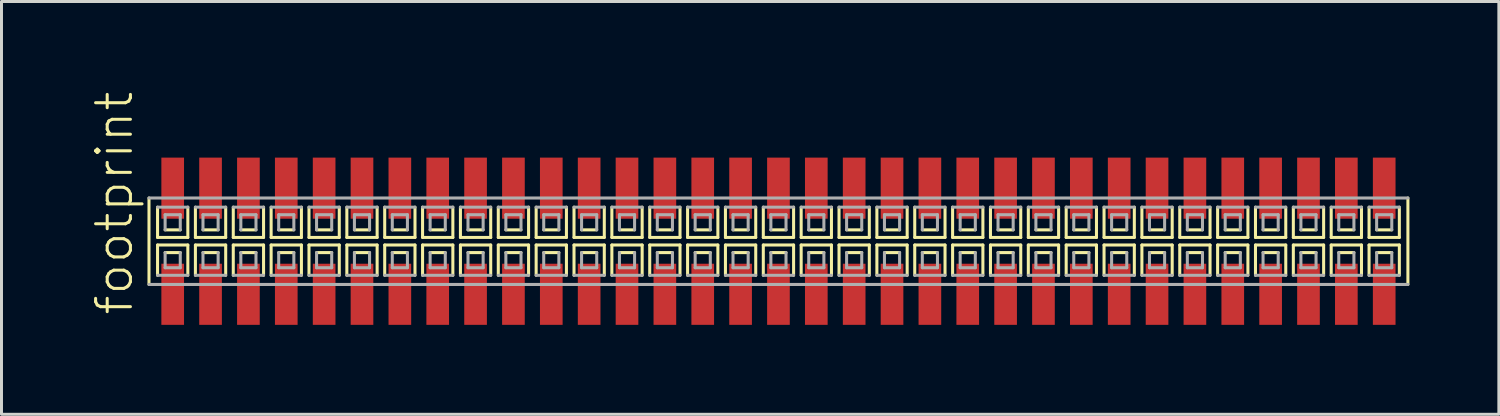
<source format=kicad_pcb>
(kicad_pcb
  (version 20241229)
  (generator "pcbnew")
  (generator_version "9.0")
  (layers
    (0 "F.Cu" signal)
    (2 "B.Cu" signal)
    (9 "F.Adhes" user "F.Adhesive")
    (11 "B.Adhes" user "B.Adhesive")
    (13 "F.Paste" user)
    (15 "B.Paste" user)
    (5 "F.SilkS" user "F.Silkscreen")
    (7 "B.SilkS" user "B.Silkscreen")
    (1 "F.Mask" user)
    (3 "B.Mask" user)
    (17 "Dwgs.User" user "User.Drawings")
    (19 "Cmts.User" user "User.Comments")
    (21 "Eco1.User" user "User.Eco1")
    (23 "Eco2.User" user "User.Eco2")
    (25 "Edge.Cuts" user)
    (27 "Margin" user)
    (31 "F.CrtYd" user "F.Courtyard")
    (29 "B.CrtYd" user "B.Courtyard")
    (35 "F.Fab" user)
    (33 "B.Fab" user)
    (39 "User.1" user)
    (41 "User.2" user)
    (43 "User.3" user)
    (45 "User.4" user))
  (footprint "footprint"
    (layer "F.Cu")
    (at 23.063 5.042)
    (property "Reference" "footprint" (at -21.59 2.54 90) (layer "F.SilkS") (effects (font (size 1.168 1.168) (thickness 0.102)) (justify left bottom)))
    (fp_line (start -21.115 -1.45) (end -21.115 1.45) (stroke (width 0.102) (type solid)) (layer "F.SilkS"))
    (fp_line (start -20.828 -1.143) (end -20.828 -0.127) (stroke (width 0.102) (type solid)) (layer "F.SilkS"))
    (fp_line (start -20.828 -0.127) (end -19.812 -0.127) (stroke (width 0.102) (type solid)) (layer "F.SilkS"))
    (fp_line (start -20.828 0.127) (end -20.828 1.143) (stroke (width 0.102) (type solid)) (layer "F.SilkS"))
    (fp_line (start -20.574 -0.381) (end -20.066 -0.381) (stroke (width 0.102) (type solid)) (layer "F.SilkS"))
    (fp_line (start -20.066 0.381) (end -20.574 0.381) (stroke (width 0.102) (type solid)) (layer "F.SilkS"))
    (fp_line (start -19.812 -0.127) (end -19.812 -1.143) (stroke (width 0.102) (type solid)) (layer "F.SilkS"))
    (fp_line (start -19.812 0.127) (end -20.828 0.127) (stroke (width 0.102) (type solid)) (layer "F.SilkS"))
    (fp_line (start -19.812 1.143) (end -19.812 0.127) (stroke (width 0.102) (type solid)) (layer "F.SilkS"))
    (fp_line (start -19.558 -1.143) (end -19.558 -0.127) (stroke (width 0.102) (type solid)) (layer "F.SilkS"))
    (fp_line (start -19.558 -0.127) (end -18.542 -0.127) (stroke (width 0.102) (type solid)) (layer "F.SilkS"))
    (fp_line (start -19.558 0.127) (end -19.558 1.143) (stroke (width 0.102) (type solid)) (layer "F.SilkS"))
    (fp_line (start -19.304 -0.381) (end -18.796 -0.381) (stroke (width 0.102) (type solid)) (layer "F.SilkS"))
    (fp_line (start -18.796 0.381) (end -19.304 0.381) (stroke (width 0.102) (type solid)) (layer "F.SilkS"))
    (fp_line (start -18.542 -0.127) (end -18.542 -1.143) (stroke (width 0.102) (type solid)) (layer "F.SilkS"))
    (fp_line (start -18.542 0.127) (end -19.558 0.127) (stroke (width 0.102) (type solid)) (layer "F.SilkS"))
    (fp_line (start -18.542 1.143) (end -18.542 0.127) (stroke (width 0.102) (type solid)) (layer "F.SilkS"))
    (fp_line (start -18.288 -1.143) (end -18.288 -0.127) (stroke (width 0.102) (type solid)) (layer "F.SilkS"))
    (fp_line (start -18.288 -0.127) (end -17.272 -0.127) (stroke (width 0.102) (type solid)) (layer "F.SilkS"))
    (fp_line (start -18.288 0.127) (end -18.288 1.143) (stroke (width 0.102) (type solid)) (layer "F.SilkS"))
    (fp_line (start -18.034 -0.381) (end -17.526 -0.381) (stroke (width 0.102) (type solid)) (layer "F.SilkS"))
    (fp_line (start -17.526 0.381) (end -18.034 0.381) (stroke (width 0.102) (type solid)) (layer "F.SilkS"))
    (fp_line (start -17.272 -0.127) (end -17.272 -1.143) (stroke (width 0.102) (type solid)) (layer "F.SilkS"))
    (fp_line (start -17.272 0.127) (end -18.288 0.127) (stroke (width 0.102) (type solid)) (layer "F.SilkS"))
    (fp_line (start -17.272 1.143) (end -17.272 0.127) (stroke (width 0.102) (type solid)) (layer "F.SilkS"))
    (fp_line (start -17.018 -1.143) (end -17.018 -0.127) (stroke (width 0.102) (type solid)) (layer "F.SilkS"))
    (fp_line (start -17.018 -0.127) (end -16.002 -0.127) (stroke (width 0.102) (type solid)) (layer "F.SilkS"))
    (fp_line (start -17.018 0.127) (end -17.018 1.143) (stroke (width 0.102) (type solid)) (layer "F.SilkS"))
    (fp_line (start -16.764 -0.381) (end -16.256 -0.381) (stroke (width 0.102) (type solid)) (layer "F.SilkS"))
    (fp_line (start -16.256 0.381) (end -16.764 0.381) (stroke (width 0.102) (type solid)) (layer "F.SilkS"))
    (fp_line (start -16.002 -0.127) (end -16.002 -1.143) (stroke (width 0.102) (type solid)) (layer "F.SilkS"))
    (fp_line (start -16.002 0.127) (end -17.018 0.127) (stroke (width 0.102) (type solid)) (layer "F.SilkS"))
    (fp_line (start -16.002 1.143) (end -16.002 0.127) (stroke (width 0.102) (type solid)) (layer "F.SilkS"))
    (fp_line (start -15.748 -1.143) (end -15.748 -0.127) (stroke (width 0.102) (type solid)) (layer "F.SilkS"))
    (fp_line (start -15.748 -0.127) (end -14.732 -0.127) (stroke (width 0.102) (type solid)) (layer "F.SilkS"))
    (fp_line (start -15.748 0.127) (end -15.748 1.143) (stroke (width 0.102) (type solid)) (layer "F.SilkS"))
    (fp_line (start -15.494 -0.381) (end -14.986 -0.381) (stroke (width 0.102) (type solid)) (layer "F.SilkS"))
    (fp_line (start -14.986 0.381) (end -15.494 0.381) (stroke (width 0.102) (type solid)) (layer "F.SilkS"))
    (fp_line (start -14.732 -0.127) (end -14.732 -1.143) (stroke (width 0.102) (type solid)) (layer "F.SilkS"))
    (fp_line (start -14.732 0.127) (end -15.748 0.127) (stroke (width 0.102) (type solid)) (layer "F.SilkS"))
    (fp_line (start -14.732 1.143) (end -14.732 0.127) (stroke (width 0.102) (type solid)) (layer "F.SilkS"))
    (fp_line (start -14.478 -1.143) (end -14.478 -0.127) (stroke (width 0.102) (type solid)) (layer "F.SilkS"))
    (fp_line (start -14.478 -0.127) (end -13.462 -0.127) (stroke (width 0.102) (type solid)) (layer "F.SilkS"))
    (fp_line (start -14.478 0.127) (end -14.478 1.143) (stroke (width 0.102) (type solid)) (layer "F.SilkS"))
    (fp_line (start -14.224 -0.381) (end -13.716 -0.381) (stroke (width 0.102) (type solid)) (layer "F.SilkS"))
    (fp_line (start -13.716 0.381) (end -14.224 0.381) (stroke (width 0.102) (type solid)) (layer "F.SilkS"))
    (fp_line (start -13.462 -0.127) (end -13.462 -1.143) (stroke (width 0.102) (type solid)) (layer "F.SilkS"))
    (fp_line (start -13.462 0.127) (end -14.478 0.127) (stroke (width 0.102) (type solid)) (layer "F.SilkS"))
    (fp_line (start -13.462 1.143) (end -13.462 0.127) (stroke (width 0.102) (type solid)) (layer "F.SilkS"))
    (fp_line (start -13.208 -1.143) (end -13.208 -0.127) (stroke (width 0.102) (type solid)) (layer "F.SilkS"))
    (fp_line (start -13.208 -0.127) (end -12.192 -0.127) (stroke (width 0.102) (type solid)) (layer "F.SilkS"))
    (fp_line (start -13.208 0.127) (end -13.208 1.143) (stroke (width 0.102) (type solid)) (layer "F.SilkS"))
    (fp_line (start -12.954 -0.381) (end -12.446 -0.381) (stroke (width 0.102) (type solid)) (layer "F.SilkS"))
    (fp_line (start -12.446 0.381) (end -12.954 0.381) (stroke (width 0.102) (type solid)) (layer "F.SilkS"))
    (fp_line (start -12.192 -0.127) (end -12.192 -1.143) (stroke (width 0.102) (type solid)) (layer "F.SilkS"))
    (fp_line (start -12.192 0.127) (end -13.208 0.127) (stroke (width 0.102) (type solid)) (layer "F.SilkS"))
    (fp_line (start -12.192 1.143) (end -12.192 0.127) (stroke (width 0.102) (type solid)) (layer "F.SilkS"))
    (fp_line (start -11.938 -1.143) (end -11.938 -0.127) (stroke (width 0.102) (type solid)) (layer "F.SilkS"))
    (fp_line (start -11.938 -0.127) (end -10.922 -0.127) (stroke (width 0.102) (type solid)) (layer "F.SilkS"))
    (fp_line (start -11.938 0.127) (end -11.938 1.143) (stroke (width 0.102) (type solid)) (layer "F.SilkS"))
    (fp_line (start -11.684 -0.381) (end -11.176 -0.381) (stroke (width 0.102) (type solid)) (layer "F.SilkS"))
    (fp_line (start -11.176 0.381) (end -11.684 0.381) (stroke (width 0.102) (type solid)) (layer "F.SilkS"))
    (fp_line (start -10.922 -0.127) (end -10.922 -1.143) (stroke (width 0.102) (type solid)) (layer "F.SilkS"))
    (fp_line (start -10.922 0.127) (end -11.938 0.127) (stroke (width 0.102) (type solid)) (layer "F.SilkS"))
    (fp_line (start -10.922 1.143) (end -10.922 0.127) (stroke (width 0.102) (type solid)) (layer "F.SilkS"))
    (fp_line (start -10.668 -1.143) (end -10.668 -0.127) (stroke (width 0.102) (type solid)) (layer "F.SilkS"))
    (fp_line (start -10.668 -0.127) (end -9.652 -0.127) (stroke (width 0.102) (type solid)) (layer "F.SilkS"))
    (fp_line (start -10.668 0.127) (end -10.668 1.143) (stroke (width 0.102) (type solid)) (layer "F.SilkS"))
    (fp_line (start -10.414 -0.381) (end -9.906 -0.381) (stroke (width 0.102) (type solid)) (layer "F.SilkS"))
    (fp_line (start -9.906 0.381) (end -10.414 0.381) (stroke (width 0.102) (type solid)) (layer "F.SilkS"))
    (fp_line (start -9.652 -0.127) (end -9.652 -1.143) (stroke (width 0.102) (type solid)) (layer "F.SilkS"))
    (fp_line (start -9.652 0.127) (end -10.668 0.127) (stroke (width 0.102) (type solid)) (layer "F.SilkS"))
    (fp_line (start -9.652 1.143) (end -9.652 0.127) (stroke (width 0.102) (type solid)) (layer "F.SilkS"))
    (fp_line (start -9.398 -1.143) (end -9.398 -0.127) (stroke (width 0.102) (type solid)) (layer "F.SilkS"))
    (fp_line (start -9.398 -0.127) (end -8.382 -0.127) (stroke (width 0.102) (type solid)) (layer "F.SilkS"))
    (fp_line (start -9.398 0.127) (end -9.398 1.143) (stroke (width 0.102) (type solid)) (layer "F.SilkS"))
    (fp_line (start -9.144 -0.381) (end -8.636 -0.381) (stroke (width 0.102) (type solid)) (layer "F.SilkS"))
    (fp_line (start -8.636 0.381) (end -9.144 0.381) (stroke (width 0.102) (type solid)) (layer "F.SilkS"))
    (fp_line (start -8.382 -0.127) (end -8.382 -1.143) (stroke (width 0.102) (type solid)) (layer "F.SilkS"))
    (fp_line (start -8.382 0.127) (end -9.398 0.127) (stroke (width 0.102) (type solid)) (layer "F.SilkS"))
    (fp_line (start -8.382 1.143) (end -8.382 0.127) (stroke (width 0.102) (type solid)) (layer "F.SilkS"))
    (fp_line (start -8.128 -1.143) (end -8.128 -0.127) (stroke (width 0.102) (type solid)) (layer "F.SilkS"))
    (fp_line (start -8.128 -0.127) (end -7.112 -0.127) (stroke (width 0.102) (type solid)) (layer "F.SilkS"))
    (fp_line (start -8.128 0.127) (end -8.128 1.143) (stroke (width 0.102) (type solid)) (layer "F.SilkS"))
    (fp_line (start -7.874 -0.381) (end -7.366 -0.381) (stroke (width 0.102) (type solid)) (layer "F.SilkS"))
    (fp_line (start -7.366 0.381) (end -7.874 0.381) (stroke (width 0.102) (type solid)) (layer "F.SilkS"))
    (fp_line (start -7.112 -0.127) (end -7.112 -1.143) (stroke (width 0.102) (type solid)) (layer "F.SilkS"))
    (fp_line (start -7.112 0.127) (end -8.128 0.127) (stroke (width 0.102) (type solid)) (layer "F.SilkS"))
    (fp_line (start -7.112 1.143) (end -7.112 0.127) (stroke (width 0.102) (type solid)) (layer "F.SilkS"))
    (fp_line (start -6.858 -1.143) (end -6.858 -0.127) (stroke (width 0.102) (type solid)) (layer "F.SilkS"))
    (fp_line (start -6.858 -0.127) (end -5.842 -0.127) (stroke (width 0.102) (type solid)) (layer "F.SilkS"))
    (fp_line (start -6.858 0.127) (end -6.858 1.143) (stroke (width 0.102) (type solid)) (layer "F.SilkS"))
    (fp_line (start -6.604 -0.381) (end -6.096 -0.381) (stroke (width 0.102) (type solid)) (layer "F.SilkS"))
    (fp_line (start -6.096 0.381) (end -6.604 0.381) (stroke (width 0.102) (type solid)) (layer "F.SilkS"))
    (fp_line (start -5.842 -0.127) (end -5.842 -1.143) (stroke (width 0.102) (type solid)) (layer "F.SilkS"))
    (fp_line (start -5.842 0.127) (end -6.858 0.127) (stroke (width 0.102) (type solid)) (layer "F.SilkS"))
    (fp_line (start -5.842 1.143) (end -5.842 0.127) (stroke (width 0.102) (type solid)) (layer "F.SilkS"))
    (fp_line (start -5.588 -1.143) (end -5.588 -0.127) (stroke (width 0.102) (type solid)) (layer "F.SilkS"))
    (fp_line (start -5.588 -0.127) (end -4.572 -0.127) (stroke (width 0.102) (type solid)) (layer "F.SilkS"))
    (fp_line (start -5.588 0.127) (end -5.588 1.143) (stroke (width 0.102) (type solid)) (layer "F.SilkS"))
    (fp_line (start -5.334 -0.381) (end -4.826 -0.381) (stroke (width 0.102) (type solid)) (layer "F.SilkS"))
    (fp_line (start -4.826 0.381) (end -5.334 0.381) (stroke (width 0.102) (type solid)) (layer "F.SilkS"))
    (fp_line (start -4.572 -0.127) (end -4.572 -1.143) (stroke (width 0.102) (type solid)) (layer "F.SilkS"))
    (fp_line (start -4.572 0.127) (end -5.588 0.127) (stroke (width 0.102) (type solid)) (layer "F.SilkS"))
    (fp_line (start -4.572 1.143) (end -4.572 0.127) (stroke (width 0.102) (type solid)) (layer "F.SilkS"))
    (fp_line (start -4.318 -1.143) (end -4.318 -0.127) (stroke (width 0.102) (type solid)) (layer "F.SilkS"))
    (fp_line (start -4.318 -0.127) (end -3.302 -0.127) (stroke (width 0.102) (type solid)) (layer "F.SilkS"))
    (fp_line (start -4.318 0.127) (end -4.318 1.143) (stroke (width 0.102) (type solid)) (layer "F.SilkS"))
    (fp_line (start -4.064 -0.381) (end -3.556 -0.381) (stroke (width 0.102) (type solid)) (layer "F.SilkS"))
    (fp_line (start -3.556 0.381) (end -4.064 0.381) (stroke (width 0.102) (type solid)) (layer "F.SilkS"))
    (fp_line (start -3.302 -0.127) (end -3.302 -1.143) (stroke (width 0.102) (type solid)) (layer "F.SilkS"))
    (fp_line (start -3.302 0.127) (end -4.318 0.127) (stroke (width 0.102) (type solid)) (layer "F.SilkS"))
    (fp_line (start -3.302 1.143) (end -3.302 0.127) (stroke (width 0.102) (type solid)) (layer "F.SilkS"))
    (fp_line (start -3.048 -1.143) (end -3.048 -0.127) (stroke (width 0.102) (type solid)) (layer "F.SilkS"))
    (fp_line (start -3.048 -0.127) (end -2.032 -0.127) (stroke (width 0.102) (type solid)) (layer "F.SilkS"))
    (fp_line (start -3.048 0.127) (end -3.048 1.143) (stroke (width 0.102) (type solid)) (layer "F.SilkS"))
    (fp_line (start -2.794 -0.381) (end -2.286 -0.381) (stroke (width 0.102) (type solid)) (layer "F.SilkS"))
    (fp_line (start -2.286 0.381) (end -2.794 0.381) (stroke (width 0.102) (type solid)) (layer "F.SilkS"))
    (fp_line (start -2.032 -0.127) (end -2.032 -1.143) (stroke (width 0.102) (type solid)) (layer "F.SilkS"))
    (fp_line (start -2.032 0.127) (end -3.048 0.127) (stroke (width 0.102) (type solid)) (layer "F.SilkS"))
    (fp_line (start -2.032 1.143) (end -2.032 0.127) (stroke (width 0.102) (type solid)) (layer "F.SilkS"))
    (fp_line (start -1.778 -1.143) (end -1.778 -0.127) (stroke (width 0.102) (type solid)) (layer "F.SilkS"))
    (fp_line (start -1.778 -0.127) (end -0.762 -0.127) (stroke (width 0.102) (type solid)) (layer "F.SilkS"))
    (fp_line (start -1.778 0.127) (end -1.778 1.143) (stroke (width 0.102) (type solid)) (layer "F.SilkS"))
    (fp_line (start -1.524 -0.381) (end -1.016 -0.381) (stroke (width 0.102) (type solid)) (layer "F.SilkS"))
    (fp_line (start -1.016 0.381) (end -1.524 0.381) (stroke (width 0.102) (type solid)) (layer "F.SilkS"))
    (fp_line (start -0.762 -0.127) (end -0.762 -1.143) (stroke (width 0.102) (type solid)) (layer "F.SilkS"))
    (fp_line (start -0.762 0.127) (end -1.778 0.127) (stroke (width 0.102) (type solid)) (layer "F.SilkS"))
    (fp_line (start -0.762 1.143) (end -0.762 0.127) (stroke (width 0.102) (type solid)) (layer "F.SilkS"))
    (fp_line (start -0.508 -1.143) (end -0.508 -0.127) (stroke (width 0.102) (type solid)) (layer "F.SilkS"))
    (fp_line (start -0.508 -0.127) (end 0.508 -0.127) (stroke (width 0.102) (type solid)) (layer "F.SilkS"))
    (fp_line (start -0.508 0.127) (end -0.508 1.143) (stroke (width 0.102) (type solid)) (layer "F.SilkS"))
    (fp_line (start -0.254 -0.381) (end 0.254 -0.381) (stroke (width 0.102) (type solid)) (layer "F.SilkS"))
    (fp_line (start 0.254 0.381) (end -0.254 0.381) (stroke (width 0.102) (type solid)) (layer "F.SilkS"))
    (fp_line (start 0.508 -0.127) (end 0.508 -1.143) (stroke (width 0.102) (type solid)) (layer "F.SilkS"))
    (fp_line (start 0.508 0.127) (end -0.508 0.127) (stroke (width 0.102) (type solid)) (layer "F.SilkS"))
    (fp_line (start 0.508 1.143) (end 0.508 0.127) (stroke (width 0.102) (type solid)) (layer "F.SilkS"))
    (fp_line (start 0.762 -1.143) (end 0.762 -0.127) (stroke (width 0.102) (type solid)) (layer "F.SilkS"))
    (fp_line (start 0.762 -0.127) (end 1.778 -0.127) (stroke (width 0.102) (type solid)) (layer "F.SilkS"))
    (fp_line (start 0.762 0.127) (end 0.762 1.143) (stroke (width 0.102) (type solid)) (layer "F.SilkS"))
    (fp_line (start 1.016 -0.381) (end 1.524 -0.381) (stroke (width 0.102) (type solid)) (layer "F.SilkS"))
    (fp_line (start 1.524 0.381) (end 1.016 0.381) (stroke (width 0.102) (type solid)) (layer "F.SilkS"))
    (fp_line (start 1.778 -0.127) (end 1.778 -1.143) (stroke (width 0.102) (type solid)) (layer "F.SilkS"))
    (fp_line (start 1.778 0.127) (end 0.762 0.127) (stroke (width 0.102) (type solid)) (layer "F.SilkS"))
    (fp_line (start 1.778 1.143) (end 1.778 0.127) (stroke (width 0.102) (type solid)) (layer "F.SilkS"))
    (fp_line (start 2.032 -1.143) (end 2.032 -0.127) (stroke (width 0.102) (type solid)) (layer "F.SilkS"))
    (fp_line (start 2.032 -0.127) (end 3.048 -0.127) (stroke (width 0.102) (type solid)) (layer "F.SilkS"))
    (fp_line (start 2.032 0.127) (end 2.032 1.143) (stroke (width 0.102) (type solid)) (layer "F.SilkS"))
    (fp_line (start 2.286 -0.381) (end 2.794 -0.381) (stroke (width 0.102) (type solid)) (layer "F.SilkS"))
    (fp_line (start 2.794 0.381) (end 2.286 0.381) (stroke (width 0.102) (type solid)) (layer "F.SilkS"))
    (fp_line (start 3.048 -0.127) (end 3.048 -1.143) (stroke (width 0.102) (type solid)) (layer "F.SilkS"))
    (fp_line (start 3.048 0.127) (end 2.032 0.127) (stroke (width 0.102) (type solid)) (layer "F.SilkS"))
    (fp_line (start 3.048 1.143) (end 3.048 0.127) (stroke (width 0.102) (type solid)) (layer "F.SilkS"))
    (fp_line (start 3.302 -1.143) (end 3.302 -0.127) (stroke (width 0.102) (type solid)) (layer "F.SilkS"))
    (fp_line (start 3.302 -0.127) (end 4.318 -0.127) (stroke (width 0.102) (type solid)) (layer "F.SilkS"))
    (fp_line (start 3.302 0.127) (end 3.302 1.143) (stroke (width 0.102) (type solid)) (layer "F.SilkS"))
    (fp_line (start 3.556 -0.381) (end 4.064 -0.381) (stroke (width 0.102) (type solid)) (layer "F.SilkS"))
    (fp_line (start 4.064 0.381) (end 3.556 0.381) (stroke (width 0.102) (type solid)) (layer "F.SilkS"))
    (fp_line (start 4.318 -0.127) (end 4.318 -1.143) (stroke (width 0.102) (type solid)) (layer "F.SilkS"))
    (fp_line (start 4.318 0.127) (end 3.302 0.127) (stroke (width 0.102) (type solid)) (layer "F.SilkS"))
    (fp_line (start 4.318 1.143) (end 4.318 0.127) (stroke (width 0.102) (type solid)) (layer "F.SilkS"))
    (fp_line (start 4.572 -1.143) (end 4.572 -0.127) (stroke (width 0.102) (type solid)) (layer "F.SilkS"))
    (fp_line (start 4.572 -0.127) (end 5.588 -0.127) (stroke (width 0.102) (type solid)) (layer "F.SilkS"))
    (fp_line (start 4.572 0.127) (end 4.572 1.143) (stroke (width 0.102) (type solid)) (layer "F.SilkS"))
    (fp_line (start 4.826 -0.381) (end 5.334 -0.381) (stroke (width 0.102) (type solid)) (layer "F.SilkS"))
    (fp_line (start 5.334 0.381) (end 4.826 0.381) (stroke (width 0.102) (type solid)) (layer "F.SilkS"))
    (fp_line (start 5.588 -0.127) (end 5.588 -1.143) (stroke (width 0.102) (type solid)) (layer "F.SilkS"))
    (fp_line (start 5.588 0.127) (end 4.572 0.127) (stroke (width 0.102) (type solid)) (layer "F.SilkS"))
    (fp_line (start 5.588 1.143) (end 5.588 0.127) (stroke (width 0.102) (type solid)) (layer "F.SilkS"))
    (fp_line (start 5.842 -1.143) (end 5.842 -0.127) (stroke (width 0.102) (type solid)) (layer "F.SilkS"))
    (fp_line (start 5.842 -0.127) (end 6.858 -0.127) (stroke (width 0.102) (type solid)) (layer "F.SilkS"))
    (fp_line (start 5.842 0.127) (end 5.842 1.143) (stroke (width 0.102) (type solid)) (layer "F.SilkS"))
    (fp_line (start 6.096 -0.381) (end 6.604 -0.381) (stroke (width 0.102) (type solid)) (layer "F.SilkS"))
    (fp_line (start 6.604 0.381) (end 6.096 0.381) (stroke (width 0.102) (type solid)) (layer "F.SilkS"))
    (fp_line (start 6.858 -0.127) (end 6.858 -1.143) (stroke (width 0.102) (type solid)) (layer "F.SilkS"))
    (fp_line (start 6.858 0.127) (end 5.842 0.127) (stroke (width 0.102) (type solid)) (layer "F.SilkS"))
    (fp_line (start 6.858 1.143) (end 6.858 0.127) (stroke (width 0.102) (type solid)) (layer "F.SilkS"))
    (fp_line (start 7.112 -1.143) (end 7.112 -0.127) (stroke (width 0.102) (type solid)) (layer "F.SilkS"))
    (fp_line (start 7.112 -0.127) (end 8.128 -0.127) (stroke (width 0.102) (type solid)) (layer "F.SilkS"))
    (fp_line (start 7.112 0.127) (end 7.112 1.143) (stroke (width 0.102) (type solid)) (layer "F.SilkS"))
    (fp_line (start 7.366 -0.381) (end 7.874 -0.381) (stroke (width 0.102) (type solid)) (layer "F.SilkS"))
    (fp_line (start 7.874 0.381) (end 7.366 0.381) (stroke (width 0.102) (type solid)) (layer "F.SilkS"))
    (fp_line (start 8.128 -0.127) (end 8.128 -1.143) (stroke (width 0.102) (type solid)) (layer "F.SilkS"))
    (fp_line (start 8.128 0.127) (end 7.112 0.127) (stroke (width 0.102) (type solid)) (layer "F.SilkS"))
    (fp_line (start 8.128 1.143) (end 8.128 0.127) (stroke (width 0.102) (type solid)) (layer "F.SilkS"))
    (fp_line (start 8.382 -1.143) (end 8.382 -0.127) (stroke (width 0.102) (type solid)) (layer "F.SilkS"))
    (fp_line (start 8.382 -0.127) (end 9.398 -0.127) (stroke (width 0.102) (type solid)) (layer "F.SilkS"))
    (fp_line (start 8.382 0.127) (end 8.382 1.143) (stroke (width 0.102) (type solid)) (layer "F.SilkS"))
    (fp_line (start 8.636 -0.381) (end 9.144 -0.381) (stroke (width 0.102) (type solid)) (layer "F.SilkS"))
    (fp_line (start 9.144 0.381) (end 8.636 0.381) (stroke (width 0.102) (type solid)) (layer "F.SilkS"))
    (fp_line (start 9.398 -0.127) (end 9.398 -1.143) (stroke (width 0.102) (type solid)) (layer "F.SilkS"))
    (fp_line (start 9.398 0.127) (end 8.382 0.127) (stroke (width 0.102) (type solid)) (layer "F.SilkS"))
    (fp_line (start 9.398 1.143) (end 9.398 0.127) (stroke (width 0.102) (type solid)) (layer "F.SilkS"))
    (fp_line (start 9.652 -1.143) (end 9.652 -0.127) (stroke (width 0.102) (type solid)) (layer "F.SilkS"))
    (fp_line (start 9.652 -0.127) (end 10.668 -0.127) (stroke (width 0.102) (type solid)) (layer "F.SilkS"))
    (fp_line (start 9.652 0.127) (end 9.652 1.143) (stroke (width 0.102) (type solid)) (layer "F.SilkS"))
    (fp_line (start 9.906 -0.381) (end 10.414 -0.381) (stroke (width 0.102) (type solid)) (layer "F.SilkS"))
    (fp_line (start 10.414 0.381) (end 9.906 0.381) (stroke (width 0.102) (type solid)) (layer "F.SilkS"))
    (fp_line (start 10.668 -0.127) (end 10.668 -1.143) (stroke (width 0.102) (type solid)) (layer "F.SilkS"))
    (fp_line (start 10.668 0.127) (end 9.652 0.127) (stroke (width 0.102) (type solid)) (layer "F.SilkS"))
    (fp_line (start 10.668 1.143) (end 10.668 0.127) (stroke (width 0.102) (type solid)) (layer "F.SilkS"))
    (fp_line (start 10.922 -1.143) (end 10.922 -0.127) (stroke (width 0.102) (type solid)) (layer "F.SilkS"))
    (fp_line (start 10.922 -0.127) (end 11.938 -0.127) (stroke (width 0.102) (type solid)) (layer "F.SilkS"))
    (fp_line (start 10.922 0.127) (end 10.922 1.143) (stroke (width 0.102) (type solid)) (layer "F.SilkS"))
    (fp_line (start 11.176 -0.381) (end 11.684 -0.381) (stroke (width 0.102) (type solid)) (layer "F.SilkS"))
    (fp_line (start 11.684 0.381) (end 11.176 0.381) (stroke (width 0.102) (type solid)) (layer "F.SilkS"))
    (fp_line (start 11.938 -0.127) (end 11.938 -1.143) (stroke (width 0.102) (type solid)) (layer "F.SilkS"))
    (fp_line (start 11.938 0.127) (end 10.922 0.127) (stroke (width 0.102) (type solid)) (layer "F.SilkS"))
    (fp_line (start 11.938 1.143) (end 11.938 0.127) (stroke (width 0.102) (type solid)) (layer "F.SilkS"))
    (fp_line (start 12.192 -1.143) (end 12.192 -0.127) (stroke (width 0.102) (type solid)) (layer "F.SilkS"))
    (fp_line (start 12.192 -0.127) (end 13.208 -0.127) (stroke (width 0.102) (type solid)) (layer "F.SilkS"))
    (fp_line (start 12.192 0.127) (end 12.192 1.143) (stroke (width 0.102) (type solid)) (layer "F.SilkS"))
    (fp_line (start 12.446 -0.381) (end 12.954 -0.381) (stroke (width 0.102) (type solid)) (layer "F.SilkS"))
    (fp_line (start 12.954 0.381) (end 12.446 0.381) (stroke (width 0.102) (type solid)) (layer "F.SilkS"))
    (fp_line (start 13.208 -0.127) (end 13.208 -1.143) (stroke (width 0.102) (type solid)) (layer "F.SilkS"))
    (fp_line (start 13.208 0.127) (end 12.192 0.127) (stroke (width 0.102) (type solid)) (layer "F.SilkS"))
    (fp_line (start 13.208 1.143) (end 13.208 0.127) (stroke (width 0.102) (type solid)) (layer "F.SilkS"))
    (fp_line (start 13.462 -1.143) (end 13.462 -0.127) (stroke (width 0.102) (type solid)) (layer "F.SilkS"))
    (fp_line (start 13.462 -0.127) (end 14.478 -0.127) (stroke (width 0.102) (type solid)) (layer "F.SilkS"))
    (fp_line (start 13.462 0.127) (end 13.462 1.143) (stroke (width 0.102) (type solid)) (layer "F.SilkS"))
    (fp_line (start 13.716 -0.381) (end 14.224 -0.381) (stroke (width 0.102) (type solid)) (layer "F.SilkS"))
    (fp_line (start 14.224 0.381) (end 13.716 0.381) (stroke (width 0.102) (type solid)) (layer "F.SilkS"))
    (fp_line (start 14.478 -0.127) (end 14.478 -1.143) (stroke (width 0.102) (type solid)) (layer "F.SilkS"))
    (fp_line (start 14.478 0.127) (end 13.462 0.127) (stroke (width 0.102) (type solid)) (layer "F.SilkS"))
    (fp_line (start 14.478 1.143) (end 14.478 0.127) (stroke (width 0.102) (type solid)) (layer "F.SilkS"))
    (fp_line (start 14.732 -1.143) (end 14.732 -0.127) (stroke (width 0.102) (type solid)) (layer "F.SilkS"))
    (fp_line (start 14.732 -0.127) (end 15.748 -0.127) (stroke (width 0.102) (type solid)) (layer "F.SilkS"))
    (fp_line (start 14.732 0.127) (end 14.732 1.143) (stroke (width 0.102) (type solid)) (layer "F.SilkS"))
    (fp_line (start 14.986 -0.381) (end 15.494 -0.381) (stroke (width 0.102) (type solid)) (layer "F.SilkS"))
    (fp_line (start 15.494 0.381) (end 14.986 0.381) (stroke (width 0.102) (type solid)) (layer "F.SilkS"))
    (fp_line (start 15.748 -0.127) (end 15.748 -1.143) (stroke (width 0.102) (type solid)) (layer "F.SilkS"))
    (fp_line (start 15.748 0.127) (end 14.732 0.127) (stroke (width 0.102) (type solid)) (layer "F.SilkS"))
    (fp_line (start 15.748 1.143) (end 15.748 0.127) (stroke (width 0.102) (type solid)) (layer "F.SilkS"))
    (fp_line (start 16.002 -1.143) (end 16.002 -0.127) (stroke (width 0.102) (type solid)) (layer "F.SilkS"))
    (fp_line (start 16.002 -0.127) (end 17.018 -0.127) (stroke (width 0.102) (type solid)) (layer "F.SilkS"))
    (fp_line (start 16.002 0.127) (end 16.002 1.143) (stroke (width 0.102) (type solid)) (layer "F.SilkS"))
    (fp_line (start 16.256 -0.381) (end 16.764 -0.381) (stroke (width 0.102) (type solid)) (layer "F.SilkS"))
    (fp_line (start 16.764 0.381) (end 16.256 0.381) (stroke (width 0.102) (type solid)) (layer "F.SilkS"))
    (fp_line (start 17.018 -0.127) (end 17.018 -1.143) (stroke (width 0.102) (type solid)) (layer "F.SilkS"))
    (fp_line (start 17.018 0.127) (end 16.002 0.127) (stroke (width 0.102) (type solid)) (layer "F.SilkS"))
    (fp_line (start 17.018 1.143) (end 17.018 0.127) (stroke (width 0.102) (type solid)) (layer "F.SilkS"))
    (fp_line (start 17.272 -1.143) (end 17.272 -0.127) (stroke (width 0.102) (type solid)) (layer "F.SilkS"))
    (fp_line (start 17.272 -0.127) (end 18.288 -0.127) (stroke (width 0.102) (type solid)) (layer "F.SilkS"))
    (fp_line (start 17.272 0.127) (end 17.272 1.143) (stroke (width 0.102) (type solid)) (layer "F.SilkS"))
    (fp_line (start 17.526 -0.381) (end 18.034 -0.381) (stroke (width 0.102) (type solid)) (layer "F.SilkS"))
    (fp_line (start 18.034 0.381) (end 17.526 0.381) (stroke (width 0.102) (type solid)) (layer "F.SilkS"))
    (fp_line (start 18.288 -0.127) (end 18.288 -1.143) (stroke (width 0.102) (type solid)) (layer "F.SilkS"))
    (fp_line (start 18.288 0.127) (end 17.272 0.127) (stroke (width 0.102) (type solid)) (layer "F.SilkS"))
    (fp_line (start 18.288 1.143) (end 18.288 0.127) (stroke (width 0.102) (type solid)) (layer "F.SilkS"))
    (fp_line (start 18.542 -1.143) (end 18.542 -0.127) (stroke (width 0.102) (type solid)) (layer "F.SilkS"))
    (fp_line (start 18.542 -0.127) (end 19.558 -0.127) (stroke (width 0.102) (type solid)) (layer "F.SilkS"))
    (fp_line (start 18.542 0.127) (end 18.542 1.143) (stroke (width 0.102) (type solid)) (layer "F.SilkS"))
    (fp_line (start 18.796 -0.381) (end 19.304 -0.381) (stroke (width 0.102) (type solid)) (layer "F.SilkS"))
    (fp_line (start 19.304 0.381) (end 18.796 0.381) (stroke (width 0.102) (type solid)) (layer "F.SilkS"))
    (fp_line (start 19.558 -0.127) (end 19.558 -1.143) (stroke (width 0.102) (type solid)) (layer "F.SilkS"))
    (fp_line (start 19.558 0.127) (end 18.542 0.127) (stroke (width 0.102) (type solid)) (layer "F.SilkS"))
    (fp_line (start 19.558 1.143) (end 19.558 0.127) (stroke (width 0.102) (type solid)) (layer "F.SilkS"))
    (fp_line (start 19.812 -1.143) (end 19.812 -0.127) (stroke (width 0.102) (type solid)) (layer "F.SilkS"))
    (fp_line (start 19.812 -0.127) (end 20.828 -0.127) (stroke (width 0.102) (type solid)) (layer "F.SilkS"))
    (fp_line (start 19.812 0.127) (end 19.812 1.143) (stroke (width 0.102) (type solid)) (layer "F.SilkS"))
    (fp_line (start 20.066 -0.381) (end 20.574 -0.381) (stroke (width 0.102) (type solid)) (layer "F.SilkS"))
    (fp_line (start 20.574 0.381) (end 20.066 0.381) (stroke (width 0.102) (type solid)) (layer "F.SilkS"))
    (fp_line (start 20.828 -0.127) (end 20.828 -1.143) (stroke (width 0.102) (type solid)) (layer "F.SilkS"))
    (fp_line (start 20.828 0.127) (end 19.812 0.127) (stroke (width 0.102) (type solid)) (layer "F.SilkS"))
    (fp_line (start 20.828 1.143) (end 20.828 0.127) (stroke (width 0.102) (type solid)) (layer "F.SilkS"))
    (fp_line (start 21.115 1.45) (end 21.115 -1.45) (stroke (width 0.102) (type solid)) (layer "F.SilkS"))
    (fp_line (start -21.115 1.45) (end 21.115 1.45) (stroke (width 0.102) (type solid)) (layer "F.Fab"))
    (fp_line (start -20.828 1.143) (end -19.812 1.143) (stroke (width 0.102) (type solid)) (layer "F.Fab"))
    (fp_line (start -20.574 -0.889) (end -20.574 -0.381) (stroke (width 0.102) (type solid)) (layer "F.Fab"))
    (fp_line (start -20.574 0.381) (end -20.574 0.889) (stroke (width 0.102) (type solid)) (layer "F.Fab"))
    (fp_line (start -20.574 0.889) (end -20.066 0.889) (stroke (width 0.102) (type solid)) (layer "F.Fab"))
    (fp_line (start -20.066 -0.889) (end -20.574 -0.889) (stroke (width 0.102) (type solid)) (layer "F.Fab"))
    (fp_line (start -20.066 -0.381) (end -20.066 -0.889) (stroke (width 0.102) (type solid)) (layer "F.Fab"))
    (fp_line (start -20.066 0.889) (end -20.066 0.381) (stroke (width 0.102) (type solid)) (layer "F.Fab"))
    (fp_line (start -19.812 -1.143) (end -20.828 -1.143) (stroke (width 0.102) (type solid)) (layer "F.Fab"))
    (fp_line (start -19.558 1.143) (end -18.542 1.143) (stroke (width 0.102) (type solid)) (layer "F.Fab"))
    (fp_line (start -19.304 -0.889) (end -19.304 -0.381) (stroke (width 0.102) (type solid)) (layer "F.Fab"))
    (fp_line (start -19.304 0.381) (end -19.304 0.889) (stroke (width 0.102) (type solid)) (layer "F.Fab"))
    (fp_line (start -19.304 0.889) (end -18.796 0.889) (stroke (width 0.102) (type solid)) (layer "F.Fab"))
    (fp_line (start -18.796 -0.889) (end -19.304 -0.889) (stroke (width 0.102) (type solid)) (layer "F.Fab"))
    (fp_line (start -18.796 -0.381) (end -18.796 -0.889) (stroke (width 0.102) (type solid)) (layer "F.Fab"))
    (fp_line (start -18.796 0.889) (end -18.796 0.381) (stroke (width 0.102) (type solid)) (layer "F.Fab"))
    (fp_line (start -18.542 -1.143) (end -19.558 -1.143) (stroke (width 0.102) (type solid)) (layer "F.Fab"))
    (fp_line (start -18.288 1.143) (end -17.272 1.143) (stroke (width 0.102) (type solid)) (layer "F.Fab"))
    (fp_line (start -18.034 -0.889) (end -18.034 -0.381) (stroke (width 0.102) (type solid)) (layer "F.Fab"))
    (fp_line (start -18.034 0.381) (end -18.034 0.889) (stroke (width 0.102) (type solid)) (layer "F.Fab"))
    (fp_line (start -18.034 0.889) (end -17.526 0.889) (stroke (width 0.102) (type solid)) (layer "F.Fab"))
    (fp_line (start -17.526 -0.889) (end -18.034 -0.889) (stroke (width 0.102) (type solid)) (layer "F.Fab"))
    (fp_line (start -17.526 -0.381) (end -17.526 -0.889) (stroke (width 0.102) (type solid)) (layer "F.Fab"))
    (fp_line (start -17.526 0.889) (end -17.526 0.381) (stroke (width 0.102) (type solid)) (layer "F.Fab"))
    (fp_line (start -17.272 -1.143) (end -18.288 -1.143) (stroke (width 0.102) (type solid)) (layer "F.Fab"))
    (fp_line (start -17.018 1.143) (end -16.002 1.143) (stroke (width 0.102) (type solid)) (layer "F.Fab"))
    (fp_line (start -16.764 -0.889) (end -16.764 -0.381) (stroke (width 0.102) (type solid)) (layer "F.Fab"))
    (fp_line (start -16.764 0.381) (end -16.764 0.889) (stroke (width 0.102) (type solid)) (layer "F.Fab"))
    (fp_line (start -16.764 0.889) (end -16.256 0.889) (stroke (width 0.102) (type solid)) (layer "F.Fab"))
    (fp_line (start -16.256 -0.889) (end -16.764 -0.889) (stroke (width 0.102) (type solid)) (layer "F.Fab"))
    (fp_line (start -16.256 -0.381) (end -16.256 -0.889) (stroke (width 0.102) (type solid)) (layer "F.Fab"))
    (fp_line (start -16.256 0.889) (end -16.256 0.381) (stroke (width 0.102) (type solid)) (layer "F.Fab"))
    (fp_line (start -16.002 -1.143) (end -17.018 -1.143) (stroke (width 0.102) (type solid)) (layer "F.Fab"))
    (fp_line (start -15.748 1.143) (end -14.732 1.143) (stroke (width 0.102) (type solid)) (layer "F.Fab"))
    (fp_line (start -15.494 -0.889) (end -15.494 -0.381) (stroke (width 0.102) (type solid)) (layer "F.Fab"))
    (fp_line (start -15.494 0.381) (end -15.494 0.889) (stroke (width 0.102) (type solid)) (layer "F.Fab"))
    (fp_line (start -15.494 0.889) (end -14.986 0.889) (stroke (width 0.102) (type solid)) (layer "F.Fab"))
    (fp_line (start -14.986 -0.889) (end -15.494 -0.889) (stroke (width 0.102) (type solid)) (layer "F.Fab"))
    (fp_line (start -14.986 -0.381) (end -14.986 -0.889) (stroke (width 0.102) (type solid)) (layer "F.Fab"))
    (fp_line (start -14.986 0.889) (end -14.986 0.381) (stroke (width 0.102) (type solid)) (layer "F.Fab"))
    (fp_line (start -14.732 -1.143) (end -15.748 -1.143) (stroke (width 0.102) (type solid)) (layer "F.Fab"))
    (fp_line (start -14.478 1.143) (end -13.462 1.143) (stroke (width 0.102) (type solid)) (layer "F.Fab"))
    (fp_line (start -14.224 -0.889) (end -14.224 -0.381) (stroke (width 0.102) (type solid)) (layer "F.Fab"))
    (fp_line (start -14.224 0.381) (end -14.224 0.889) (stroke (width 0.102) (type solid)) (layer "F.Fab"))
    (fp_line (start -14.224 0.889) (end -13.716 0.889) (stroke (width 0.102) (type solid)) (layer "F.Fab"))
    (fp_line (start -13.716 -0.889) (end -14.224 -0.889) (stroke (width 0.102) (type solid)) (layer "F.Fab"))
    (fp_line (start -13.716 -0.381) (end -13.716 -0.889) (stroke (width 0.102) (type solid)) (layer "F.Fab"))
    (fp_line (start -13.716 0.889) (end -13.716 0.381) (stroke (width 0.102) (type solid)) (layer "F.Fab"))
    (fp_line (start -13.462 -1.143) (end -14.478 -1.143) (stroke (width 0.102) (type solid)) (layer "F.Fab"))
    (fp_line (start -13.208 1.143) (end -12.192 1.143) (stroke (width 0.102) (type solid)) (layer "F.Fab"))
    (fp_line (start -12.954 -0.889) (end -12.954 -0.381) (stroke (width 0.102) (type solid)) (layer "F.Fab"))
    (fp_line (start -12.954 0.381) (end -12.954 0.889) (stroke (width 0.102) (type solid)) (layer "F.Fab"))
    (fp_line (start -12.954 0.889) (end -12.446 0.889) (stroke (width 0.102) (type solid)) (layer "F.Fab"))
    (fp_line (start -12.446 -0.889) (end -12.954 -0.889) (stroke (width 0.102) (type solid)) (layer "F.Fab"))
    (fp_line (start -12.446 -0.381) (end -12.446 -0.889) (stroke (width 0.102) (type solid)) (layer "F.Fab"))
    (fp_line (start -12.446 0.889) (end -12.446 0.381) (stroke (width 0.102) (type solid)) (layer "F.Fab"))
    (fp_line (start -12.192 -1.143) (end -13.208 -1.143) (stroke (width 0.102) (type solid)) (layer "F.Fab"))
    (fp_line (start -11.938 1.143) (end -10.922 1.143) (stroke (width 0.102) (type solid)) (layer "F.Fab"))
    (fp_line (start -11.684 -0.889) (end -11.684 -0.381) (stroke (width 0.102) (type solid)) (layer "F.Fab"))
    (fp_line (start -11.684 0.381) (end -11.684 0.889) (stroke (width 0.102) (type solid)) (layer "F.Fab"))
    (fp_line (start -11.684 0.889) (end -11.176 0.889) (stroke (width 0.102) (type solid)) (layer "F.Fab"))
    (fp_line (start -11.176 -0.889) (end -11.684 -0.889) (stroke (width 0.102) (type solid)) (layer "F.Fab"))
    (fp_line (start -11.176 -0.381) (end -11.176 -0.889) (stroke (width 0.102) (type solid)) (layer "F.Fab"))
    (fp_line (start -11.176 0.889) (end -11.176 0.381) (stroke (width 0.102) (type solid)) (layer "F.Fab"))
    (fp_line (start -10.922 -1.143) (end -11.938 -1.143) (stroke (width 0.102) (type solid)) (layer "F.Fab"))
    (fp_line (start -10.668 1.143) (end -9.652 1.143) (stroke (width 0.102) (type solid)) (layer "F.Fab"))
    (fp_line (start -10.414 -0.889) (end -10.414 -0.381) (stroke (width 0.102) (type solid)) (layer "F.Fab"))
    (fp_line (start -10.414 0.381) (end -10.414 0.889) (stroke (width 0.102) (type solid)) (layer "F.Fab"))
    (fp_line (start -10.414 0.889) (end -9.906 0.889) (stroke (width 0.102) (type solid)) (layer "F.Fab"))
    (fp_line (start -9.906 -0.889) (end -10.414 -0.889) (stroke (width 0.102) (type solid)) (layer "F.Fab"))
    (fp_line (start -9.906 -0.381) (end -9.906 -0.889) (stroke (width 0.102) (type solid)) (layer "F.Fab"))
    (fp_line (start -9.906 0.889) (end -9.906 0.381) (stroke (width 0.102) (type solid)) (layer "F.Fab"))
    (fp_line (start -9.652 -1.143) (end -10.668 -1.143) (stroke (width 0.102) (type solid)) (layer "F.Fab"))
    (fp_line (start -9.398 1.143) (end -8.382 1.143) (stroke (width 0.102) (type solid)) (layer "F.Fab"))
    (fp_line (start -9.144 -0.889) (end -9.144 -0.381) (stroke (width 0.102) (type solid)) (layer "F.Fab"))
    (fp_line (start -9.144 0.381) (end -9.144 0.889) (stroke (width 0.102) (type solid)) (layer "F.Fab"))
    (fp_line (start -9.144 0.889) (end -8.636 0.889) (stroke (width 0.102) (type solid)) (layer "F.Fab"))
    (fp_line (start -8.636 -0.889) (end -9.144 -0.889) (stroke (width 0.102) (type solid)) (layer "F.Fab"))
    (fp_line (start -8.636 -0.381) (end -8.636 -0.889) (stroke (width 0.102) (type solid)) (layer "F.Fab"))
    (fp_line (start -8.636 0.889) (end -8.636 0.381) (stroke (width 0.102) (type solid)) (layer "F.Fab"))
    (fp_line (start -8.382 -1.143) (end -9.398 -1.143) (stroke (width 0.102) (type solid)) (layer "F.Fab"))
    (fp_line (start -8.128 1.143) (end -7.112 1.143) (stroke (width 0.102) (type solid)) (layer "F.Fab"))
    (fp_line (start -7.874 -0.889) (end -7.874 -0.381) (stroke (width 0.102) (type solid)) (layer "F.Fab"))
    (fp_line (start -7.874 0.381) (end -7.874 0.889) (stroke (width 0.102) (type solid)) (layer "F.Fab"))
    (fp_line (start -7.874 0.889) (end -7.366 0.889) (stroke (width 0.102) (type solid)) (layer "F.Fab"))
    (fp_line (start -7.366 -0.889) (end -7.874 -0.889) (stroke (width 0.102) (type solid)) (layer "F.Fab"))
    (fp_line (start -7.366 -0.381) (end -7.366 -0.889) (stroke (width 0.102) (type solid)) (layer "F.Fab"))
    (fp_line (start -7.366 0.889) (end -7.366 0.381) (stroke (width 0.102) (type solid)) (layer "F.Fab"))
    (fp_line (start -7.112 -1.143) (end -8.128 -1.143) (stroke (width 0.102) (type solid)) (layer "F.Fab"))
    (fp_line (start -6.858 1.143) (end -5.842 1.143) (stroke (width 0.102) (type solid)) (layer "F.Fab"))
    (fp_line (start -6.604 -0.889) (end -6.604 -0.381) (stroke (width 0.102) (type solid)) (layer "F.Fab"))
    (fp_line (start -6.604 0.381) (end -6.604 0.889) (stroke (width 0.102) (type solid)) (layer "F.Fab"))
    (fp_line (start -6.604 0.889) (end -6.096 0.889) (stroke (width 0.102) (type solid)) (layer "F.Fab"))
    (fp_line (start -6.096 -0.889) (end -6.604 -0.889) (stroke (width 0.102) (type solid)) (layer "F.Fab"))
    (fp_line (start -6.096 -0.381) (end -6.096 -0.889) (stroke (width 0.102) (type solid)) (layer "F.Fab"))
    (fp_line (start -6.096 0.889) (end -6.096 0.381) (stroke (width 0.102) (type solid)) (layer "F.Fab"))
    (fp_line (start -5.842 -1.143) (end -6.858 -1.143) (stroke (width 0.102) (type solid)) (layer "F.Fab"))
    (fp_line (start -5.588 1.143) (end -4.572 1.143) (stroke (width 0.102) (type solid)) (layer "F.Fab"))
    (fp_line (start -5.334 -0.889) (end -5.334 -0.381) (stroke (width 0.102) (type solid)) (layer "F.Fab"))
    (fp_line (start -5.334 0.381) (end -5.334 0.889) (stroke (width 0.102) (type solid)) (layer "F.Fab"))
    (fp_line (start -5.334 0.889) (end -4.826 0.889) (stroke (width 0.102) (type solid)) (layer "F.Fab"))
    (fp_line (start -4.826 -0.889) (end -5.334 -0.889) (stroke (width 0.102) (type solid)) (layer "F.Fab"))
    (fp_line (start -4.826 -0.381) (end -4.826 -0.889) (stroke (width 0.102) (type solid)) (layer "F.Fab"))
    (fp_line (start -4.826 0.889) (end -4.826 0.381) (stroke (width 0.102) (type solid)) (layer "F.Fab"))
    (fp_line (start -4.572 -1.143) (end -5.588 -1.143) (stroke (width 0.102) (type solid)) (layer "F.Fab"))
    (fp_line (start -4.318 1.143) (end -3.302 1.143) (stroke (width 0.102) (type solid)) (layer "F.Fab"))
    (fp_line (start -4.064 -0.889) (end -4.064 -0.381) (stroke (width 0.102) (type solid)) (layer "F.Fab"))
    (fp_line (start -4.064 0.381) (end -4.064 0.889) (stroke (width 0.102) (type solid)) (layer "F.Fab"))
    (fp_line (start -4.064 0.889) (end -3.556 0.889) (stroke (width 0.102) (type solid)) (layer "F.Fab"))
    (fp_line (start -3.556 -0.889) (end -4.064 -0.889) (stroke (width 0.102) (type solid)) (layer "F.Fab"))
    (fp_line (start -3.556 -0.381) (end -3.556 -0.889) (stroke (width 0.102) (type solid)) (layer "F.Fab"))
    (fp_line (start -3.556 0.889) (end -3.556 0.381) (stroke (width 0.102) (type solid)) (layer "F.Fab"))
    (fp_line (start -3.302 -1.143) (end -4.318 -1.143) (stroke (width 0.102) (type solid)) (layer "F.Fab"))
    (fp_line (start -3.048 1.143) (end -2.032 1.143) (stroke (width 0.102) (type solid)) (layer "F.Fab"))
    (fp_line (start -2.794 -0.889) (end -2.794 -0.381) (stroke (width 0.102) (type solid)) (layer "F.Fab"))
    (fp_line (start -2.794 0.381) (end -2.794 0.889) (stroke (width 0.102) (type solid)) (layer "F.Fab"))
    (fp_line (start -2.794 0.889) (end -2.286 0.889) (stroke (width 0.102) (type solid)) (layer "F.Fab"))
    (fp_line (start -2.286 -0.889) (end -2.794 -0.889) (stroke (width 0.102) (type solid)) (layer "F.Fab"))
    (fp_line (start -2.286 -0.381) (end -2.286 -0.889) (stroke (width 0.102) (type solid)) (layer "F.Fab"))
    (fp_line (start -2.286 0.889) (end -2.286 0.381) (stroke (width 0.102) (type solid)) (layer "F.Fab"))
    (fp_line (start -2.032 -1.143) (end -3.048 -1.143) (stroke (width 0.102) (type solid)) (layer "F.Fab"))
    (fp_line (start -1.778 1.143) (end -0.762 1.143) (stroke (width 0.102) (type solid)) (layer "F.Fab"))
    (fp_line (start -1.524 -0.889) (end -1.524 -0.381) (stroke (width 0.102) (type solid)) (layer "F.Fab"))
    (fp_line (start -1.524 0.381) (end -1.524 0.889) (stroke (width 0.102) (type solid)) (layer "F.Fab"))
    (fp_line (start -1.524 0.889) (end -1.016 0.889) (stroke (width 0.102) (type solid)) (layer "F.Fab"))
    (fp_line (start -1.016 -0.889) (end -1.524 -0.889) (stroke (width 0.102) (type solid)) (layer "F.Fab"))
    (fp_line (start -1.016 -0.381) (end -1.016 -0.889) (stroke (width 0.102) (type solid)) (layer "F.Fab"))
    (fp_line (start -1.016 0.889) (end -1.016 0.381) (stroke (width 0.102) (type solid)) (layer "F.Fab"))
    (fp_line (start -0.762 -1.143) (end -1.778 -1.143) (stroke (width 0.102) (type solid)) (layer "F.Fab"))
    (fp_line (start -0.508 1.143) (end 0.508 1.143) (stroke (width 0.102) (type solid)) (layer "F.Fab"))
    (fp_line (start -0.254 -0.889) (end -0.254 -0.381) (stroke (width 0.102) (type solid)) (layer "F.Fab"))
    (fp_line (start -0.254 0.381) (end -0.254 0.889) (stroke (width 0.102) (type solid)) (layer "F.Fab"))
    (fp_line (start -0.254 0.889) (end 0.254 0.889) (stroke (width 0.102) (type solid)) (layer "F.Fab"))
    (fp_line (start 0.254 -0.889) (end -0.254 -0.889) (stroke (width 0.102) (type solid)) (layer "F.Fab"))
    (fp_line (start 0.254 -0.381) (end 0.254 -0.889) (stroke (width 0.102) (type solid)) (layer "F.Fab"))
    (fp_line (start 0.254 0.889) (end 0.254 0.381) (stroke (width 0.102) (type solid)) (layer "F.Fab"))
    (fp_line (start 0.508 -1.143) (end -0.508 -1.143) (stroke (width 0.102) (type solid)) (layer "F.Fab"))
    (fp_line (start 0.762 1.143) (end 1.778 1.143) (stroke (width 0.102) (type solid)) (layer "F.Fab"))
    (fp_line (start 1.016 -0.889) (end 1.016 -0.381) (stroke (width 0.102) (type solid)) (layer "F.Fab"))
    (fp_line (start 1.016 0.381) (end 1.016 0.889) (stroke (width 0.102) (type solid)) (layer "F.Fab"))
    (fp_line (start 1.016 0.889) (end 1.524 0.889) (stroke (width 0.102) (type solid)) (layer "F.Fab"))
    (fp_line (start 1.524 -0.889) (end 1.016 -0.889) (stroke (width 0.102) (type solid)) (layer "F.Fab"))
    (fp_line (start 1.524 -0.381) (end 1.524 -0.889) (stroke (width 0.102) (type solid)) (layer "F.Fab"))
    (fp_line (start 1.524 0.889) (end 1.524 0.381) (stroke (width 0.102) (type solid)) (layer "F.Fab"))
    (fp_line (start 1.778 -1.143) (end 0.762 -1.143) (stroke (width 0.102) (type solid)) (layer "F.Fab"))
    (fp_line (start 2.032 1.143) (end 3.048 1.143) (stroke (width 0.102) (type solid)) (layer "F.Fab"))
    (fp_line (start 2.286 -0.889) (end 2.286 -0.381) (stroke (width 0.102) (type solid)) (layer "F.Fab"))
    (fp_line (start 2.286 0.381) (end 2.286 0.889) (stroke (width 0.102) (type solid)) (layer "F.Fab"))
    (fp_line (start 2.286 0.889) (end 2.794 0.889) (stroke (width 0.102) (type solid)) (layer "F.Fab"))
    (fp_line (start 2.794 -0.889) (end 2.286 -0.889) (stroke (width 0.102) (type solid)) (layer "F.Fab"))
    (fp_line (start 2.794 -0.381) (end 2.794 -0.889) (stroke (width 0.102) (type solid)) (layer "F.Fab"))
    (fp_line (start 2.794 0.889) (end 2.794 0.381) (stroke (width 0.102) (type solid)) (layer "F.Fab"))
    (fp_line (start 3.048 -1.143) (end 2.032 -1.143) (stroke (width 0.102) (type solid)) (layer "F.Fab"))
    (fp_line (start 3.302 1.143) (end 4.318 1.143) (stroke (width 0.102) (type solid)) (layer "F.Fab"))
    (fp_line (start 3.556 -0.889) (end 3.556 -0.381) (stroke (width 0.102) (type solid)) (layer "F.Fab"))
    (fp_line (start 3.556 0.381) (end 3.556 0.889) (stroke (width 0.102) (type solid)) (layer "F.Fab"))
    (fp_line (start 3.556 0.889) (end 4.064 0.889) (stroke (width 0.102) (type solid)) (layer "F.Fab"))
    (fp_line (start 4.064 -0.889) (end 3.556 -0.889) (stroke (width 0.102) (type solid)) (layer "F.Fab"))
    (fp_line (start 4.064 -0.381) (end 4.064 -0.889) (stroke (width 0.102) (type solid)) (layer "F.Fab"))
    (fp_line (start 4.064 0.889) (end 4.064 0.381) (stroke (width 0.102) (type solid)) (layer "F.Fab"))
    (fp_line (start 4.318 -1.143) (end 3.302 -1.143) (stroke (width 0.102) (type solid)) (layer "F.Fab"))
    (fp_line (start 4.572 1.143) (end 5.588 1.143) (stroke (width 0.102) (type solid)) (layer "F.Fab"))
    (fp_line (start 4.826 -0.889) (end 4.826 -0.381) (stroke (width 0.102) (type solid)) (layer "F.Fab"))
    (fp_line (start 4.826 0.381) (end 4.826 0.889) (stroke (width 0.102) (type solid)) (layer "F.Fab"))
    (fp_line (start 4.826 0.889) (end 5.334 0.889) (stroke (width 0.102) (type solid)) (layer "F.Fab"))
    (fp_line (start 5.334 -0.889) (end 4.826 -0.889) (stroke (width 0.102) (type solid)) (layer "F.Fab"))
    (fp_line (start 5.334 -0.381) (end 5.334 -0.889) (stroke (width 0.102) (type solid)) (layer "F.Fab"))
    (fp_line (start 5.334 0.889) (end 5.334 0.381) (stroke (width 0.102) (type solid)) (layer "F.Fab"))
    (fp_line (start 5.588 -1.143) (end 4.572 -1.143) (stroke (width 0.102) (type solid)) (layer "F.Fab"))
    (fp_line (start 5.842 1.143) (end 6.858 1.143) (stroke (width 0.102) (type solid)) (layer "F.Fab"))
    (fp_line (start 6.096 -0.889) (end 6.096 -0.381) (stroke (width 0.102) (type solid)) (layer "F.Fab"))
    (fp_line (start 6.096 0.381) (end 6.096 0.889) (stroke (width 0.102) (type solid)) (layer "F.Fab"))
    (fp_line (start 6.096 0.889) (end 6.604 0.889) (stroke (width 0.102) (type solid)) (layer "F.Fab"))
    (fp_line (start 6.604 -0.889) (end 6.096 -0.889) (stroke (width 0.102) (type solid)) (layer "F.Fab"))
    (fp_line (start 6.604 -0.381) (end 6.604 -0.889) (stroke (width 0.102) (type solid)) (layer "F.Fab"))
    (fp_line (start 6.604 0.889) (end 6.604 0.381) (stroke (width 0.102) (type solid)) (layer "F.Fab"))
    (fp_line (start 6.858 -1.143) (end 5.842 -1.143) (stroke (width 0.102) (type solid)) (layer "F.Fab"))
    (fp_line (start 7.112 1.143) (end 8.128 1.143) (stroke (width 0.102) (type solid)) (layer "F.Fab"))
    (fp_line (start 7.366 -0.889) (end 7.366 -0.381) (stroke (width 0.102) (type solid)) (layer "F.Fab"))
    (fp_line (start 7.366 0.381) (end 7.366 0.889) (stroke (width 0.102) (type solid)) (layer "F.Fab"))
    (fp_line (start 7.366 0.889) (end 7.874 0.889) (stroke (width 0.102) (type solid)) (layer "F.Fab"))
    (fp_line (start 7.874 -0.889) (end 7.366 -0.889) (stroke (width 0.102) (type solid)) (layer "F.Fab"))
    (fp_line (start 7.874 -0.381) (end 7.874 -0.889) (stroke (width 0.102) (type solid)) (layer "F.Fab"))
    (fp_line (start 7.874 0.889) (end 7.874 0.381) (stroke (width 0.102) (type solid)) (layer "F.Fab"))
    (fp_line (start 8.128 -1.143) (end 7.112 -1.143) (stroke (width 0.102) (type solid)) (layer "F.Fab"))
    (fp_line (start 8.382 1.143) (end 9.398 1.143) (stroke (width 0.102) (type solid)) (layer "F.Fab"))
    (fp_line (start 8.636 -0.889) (end 8.636 -0.381) (stroke (width 0.102) (type solid)) (layer "F.Fab"))
    (fp_line (start 8.636 0.381) (end 8.636 0.889) (stroke (width 0.102) (type solid)) (layer "F.Fab"))
    (fp_line (start 8.636 0.889) (end 9.144 0.889) (stroke (width 0.102) (type solid)) (layer "F.Fab"))
    (fp_line (start 9.144 -0.889) (end 8.636 -0.889) (stroke (width 0.102) (type solid)) (layer "F.Fab"))
    (fp_line (start 9.144 -0.381) (end 9.144 -0.889) (stroke (width 0.102) (type solid)) (layer "F.Fab"))
    (fp_line (start 9.144 0.889) (end 9.144 0.381) (stroke (width 0.102) (type solid)) (layer "F.Fab"))
    (fp_line (start 9.398 -1.143) (end 8.382 -1.143) (stroke (width 0.102) (type solid)) (layer "F.Fab"))
    (fp_line (start 9.652 1.143) (end 10.668 1.143) (stroke (width 0.102) (type solid)) (layer "F.Fab"))
    (fp_line (start 9.906 -0.889) (end 9.906 -0.381) (stroke (width 0.102) (type solid)) (layer "F.Fab"))
    (fp_line (start 9.906 0.381) (end 9.906 0.889) (stroke (width 0.102) (type solid)) (layer "F.Fab"))
    (fp_line (start 9.906 0.889) (end 10.414 0.889) (stroke (width 0.102) (type solid)) (layer "F.Fab"))
    (fp_line (start 10.414 -0.889) (end 9.906 -0.889) (stroke (width 0.102) (type solid)) (layer "F.Fab"))
    (fp_line (start 10.414 -0.381) (end 10.414 -0.889) (stroke (width 0.102) (type solid)) (layer "F.Fab"))
    (fp_line (start 10.414 0.889) (end 10.414 0.381) (stroke (width 0.102) (type solid)) (layer "F.Fab"))
    (fp_line (start 10.668 -1.143) (end 9.652 -1.143) (stroke (width 0.102) (type solid)) (layer "F.Fab"))
    (fp_line (start 10.922 1.143) (end 11.938 1.143) (stroke (width 0.102) (type solid)) (layer "F.Fab"))
    (fp_line (start 11.176 -0.889) (end 11.176 -0.381) (stroke (width 0.102) (type solid)) (layer "F.Fab"))
    (fp_line (start 11.176 0.381) (end 11.176 0.889) (stroke (width 0.102) (type solid)) (layer "F.Fab"))
    (fp_line (start 11.176 0.889) (end 11.684 0.889) (stroke (width 0.102) (type solid)) (layer "F.Fab"))
    (fp_line (start 11.684 -0.889) (end 11.176 -0.889) (stroke (width 0.102) (type solid)) (layer "F.Fab"))
    (fp_line (start 11.684 -0.381) (end 11.684 -0.889) (stroke (width 0.102) (type solid)) (layer "F.Fab"))
    (fp_line (start 11.684 0.889) (end 11.684 0.381) (stroke (width 0.102) (type solid)) (layer "F.Fab"))
    (fp_line (start 11.938 -1.143) (end 10.922 -1.143) (stroke (width 0.102) (type solid)) (layer "F.Fab"))
    (fp_line (start 12.192 1.143) (end 13.208 1.143) (stroke (width 0.102) (type solid)) (layer "F.Fab"))
    (fp_line (start 12.446 -0.889) (end 12.446 -0.381) (stroke (width 0.102) (type solid)) (layer "F.Fab"))
    (fp_line (start 12.446 0.381) (end 12.446 0.889) (stroke (width 0.102) (type solid)) (layer "F.Fab"))
    (fp_line (start 12.446 0.889) (end 12.954 0.889) (stroke (width 0.102) (type solid)) (layer "F.Fab"))
    (fp_line (start 12.954 -0.889) (end 12.446 -0.889) (stroke (width 0.102) (type solid)) (layer "F.Fab"))
    (fp_line (start 12.954 -0.381) (end 12.954 -0.889) (stroke (width 0.102) (type solid)) (layer "F.Fab"))
    (fp_line (start 12.954 0.889) (end 12.954 0.381) (stroke (width 0.102) (type solid)) (layer "F.Fab"))
    (fp_line (start 13.208 -1.143) (end 12.192 -1.143) (stroke (width 0.102) (type solid)) (layer "F.Fab"))
    (fp_line (start 13.462 1.143) (end 14.478 1.143) (stroke (width 0.102) (type solid)) (layer "F.Fab"))
    (fp_line (start 13.716 -0.889) (end 13.716 -0.381) (stroke (width 0.102) (type solid)) (layer "F.Fab"))
    (fp_line (start 13.716 0.381) (end 13.716 0.889) (stroke (width 0.102) (type solid)) (layer "F.Fab"))
    (fp_line (start 13.716 0.889) (end 14.224 0.889) (stroke (width 0.102) (type solid)) (layer "F.Fab"))
    (fp_line (start 14.224 -0.889) (end 13.716 -0.889) (stroke (width 0.102) (type solid)) (layer "F.Fab"))
    (fp_line (start 14.224 -0.381) (end 14.224 -0.889) (stroke (width 0.102) (type solid)) (layer "F.Fab"))
    (fp_line (start 14.224 0.889) (end 14.224 0.381) (stroke (width 0.102) (type solid)) (layer "F.Fab"))
    (fp_line (start 14.478 -1.143) (end 13.462 -1.143) (stroke (width 0.102) (type solid)) (layer "F.Fab"))
    (fp_line (start 14.732 1.143) (end 15.748 1.143) (stroke (width 0.102) (type solid)) (layer "F.Fab"))
    (fp_line (start 14.986 -0.889) (end 14.986 -0.381) (stroke (width 0.102) (type solid)) (layer "F.Fab"))
    (fp_line (start 14.986 0.381) (end 14.986 0.889) (stroke (width 0.102) (type solid)) (layer "F.Fab"))
    (fp_line (start 14.986 0.889) (end 15.494 0.889) (stroke (width 0.102) (type solid)) (layer "F.Fab"))
    (fp_line (start 15.494 -0.889) (end 14.986 -0.889) (stroke (width 0.102) (type solid)) (layer "F.Fab"))
    (fp_line (start 15.494 -0.381) (end 15.494 -0.889) (stroke (width 0.102) (type solid)) (layer "F.Fab"))
    (fp_line (start 15.494 0.889) (end 15.494 0.381) (stroke (width 0.102) (type solid)) (layer "F.Fab"))
    (fp_line (start 15.748 -1.143) (end 14.732 -1.143) (stroke (width 0.102) (type solid)) (layer "F.Fab"))
    (fp_line (start 16.002 1.143) (end 17.018 1.143) (stroke (width 0.102) (type solid)) (layer "F.Fab"))
    (fp_line (start 16.256 -0.889) (end 16.256 -0.381) (stroke (width 0.102) (type solid)) (layer "F.Fab"))
    (fp_line (start 16.256 0.381) (end 16.256 0.889) (stroke (width 0.102) (type solid)) (layer "F.Fab"))
    (fp_line (start 16.256 0.889) (end 16.764 0.889) (stroke (width 0.102) (type solid)) (layer "F.Fab"))
    (fp_line (start 16.764 -0.889) (end 16.256 -0.889) (stroke (width 0.102) (type solid)) (layer "F.Fab"))
    (fp_line (start 16.764 -0.381) (end 16.764 -0.889) (stroke (width 0.102) (type solid)) (layer "F.Fab"))
    (fp_line (start 16.764 0.889) (end 16.764 0.381) (stroke (width 0.102) (type solid)) (layer "F.Fab"))
    (fp_line (start 17.018 -1.143) (end 16.002 -1.143) (stroke (width 0.102) (type solid)) (layer "F.Fab"))
    (fp_line (start 17.272 1.143) (end 18.288 1.143) (stroke (width 0.102) (type solid)) (layer "F.Fab"))
    (fp_line (start 17.526 -0.889) (end 17.526 -0.381) (stroke (width 0.102) (type solid)) (layer "F.Fab"))
    (fp_line (start 17.526 0.381) (end 17.526 0.889) (stroke (width 0.102) (type solid)) (layer "F.Fab"))
    (fp_line (start 17.526 0.889) (end 18.034 0.889) (stroke (width 0.102) (type solid)) (layer "F.Fab"))
    (fp_line (start 18.034 -0.889) (end 17.526 -0.889) (stroke (width 0.102) (type solid)) (layer "F.Fab"))
    (fp_line (start 18.034 -0.381) (end 18.034 -0.889) (stroke (width 0.102) (type solid)) (layer "F.Fab"))
    (fp_line (start 18.034 0.889) (end 18.034 0.381) (stroke (width 0.102) (type solid)) (layer "F.Fab"))
    (fp_line (start 18.288 -1.143) (end 17.272 -1.143) (stroke (width 0.102) (type solid)) (layer "F.Fab"))
    (fp_line (start 18.542 1.143) (end 19.558 1.143) (stroke (width 0.102) (type solid)) (layer "F.Fab"))
    (fp_line (start 18.796 -0.889) (end 18.796 -0.381) (stroke (width 0.102) (type solid)) (layer "F.Fab"))
    (fp_line (start 18.796 0.381) (end 18.796 0.889) (stroke (width 0.102) (type solid)) (layer "F.Fab"))
    (fp_line (start 18.796 0.889) (end 19.304 0.889) (stroke (width 0.102) (type solid)) (layer "F.Fab"))
    (fp_line (start 19.304 -0.889) (end 18.796 -0.889) (stroke (width 0.102) (type solid)) (layer "F.Fab"))
    (fp_line (start 19.304 -0.381) (end 19.304 -0.889) (stroke (width 0.102) (type solid)) (layer "F.Fab"))
    (fp_line (start 19.304 0.889) (end 19.304 0.381) (stroke (width 0.102) (type solid)) (layer "F.Fab"))
    (fp_line (start 19.558 -1.143) (end 18.542 -1.143) (stroke (width 0.102) (type solid)) (layer "F.Fab"))
    (fp_line (start 19.812 1.143) (end 20.828 1.143) (stroke (width 0.102) (type solid)) (layer "F.Fab"))
    (fp_line (start 20.066 -0.889) (end 20.066 -0.381) (stroke (width 0.102) (type solid)) (layer "F.Fab"))
    (fp_line (start 20.066 0.381) (end 20.066 0.889) (stroke (width 0.102) (type solid)) (layer "F.Fab"))
    (fp_line (start 20.066 0.889) (end 20.574 0.889) (stroke (width 0.102) (type solid)) (layer "F.Fab"))
    (fp_line (start 20.574 -0.889) (end 20.066 -0.889) (stroke (width 0.102) (type solid)) (layer "F.Fab"))
    (fp_line (start 20.574 -0.381) (end 20.574 -0.889) (stroke (width 0.102) (type solid)) (layer "F.Fab"))
    (fp_line (start 20.574 0.889) (end 20.574 0.381) (stroke (width 0.102) (type solid)) (layer "F.Fab"))
    (fp_line (start 20.828 -1.143) (end 19.812 -1.143) (stroke (width 0.102) (type solid)) (layer "F.Fab"))
    (fp_line (start 21.115 -1.45) (end -21.115 -1.45) (stroke (width 0.102) (type solid)) (layer "F.Fab"))
    (pad "1" smd rect (at -20.32 1.78) (size 0.76 2.05) (layers "F.Cu" "F.Mask" "F.Paste"))
    (pad "2" smd rect (at -20.32 -1.78) (size 0.76 2.05) (layers "F.Cu" "F.Mask" "F.Paste"))
    (pad "3" smd rect (at -19.05 1.78) (size 0.76 2.05) (layers "F.Cu" "F.Mask" "F.Paste"))
    (pad "4" smd rect (at -19.05 -1.78) (size 0.76 2.05) (layers "F.Cu" "F.Mask" "F.Paste"))
    (pad "5" smd rect (at -17.78 1.78) (size 0.76 2.05) (layers "F.Cu" "F.Mask" "F.Paste"))
    (pad "6" smd rect (at -17.78 -1.78) (size 0.76 2.05) (layers "F.Cu" "F.Mask" "F.Paste"))
    (pad "7" smd rect (at -16.51 1.78) (size 0.76 2.05) (layers "F.Cu" "F.Mask" "F.Paste"))
    (pad "8" smd rect (at -16.51 -1.78) (size 0.76 2.05) (layers "F.Cu" "F.Mask" "F.Paste"))
    (pad "9" smd rect (at -15.24 1.78) (size 0.76 2.05) (layers "F.Cu" "F.Mask" "F.Paste"))
    (pad "10" smd rect (at -15.24 -1.78) (size 0.76 2.05) (layers "F.Cu" "F.Mask" "F.Paste"))
    (pad "11" smd rect (at -13.97 1.78) (size 0.76 2.05) (layers "F.Cu" "F.Mask" "F.Paste"))
    (pad "12" smd rect (at -13.97 -1.78) (size 0.76 2.05) (layers "F.Cu" "F.Mask" "F.Paste"))
    (pad "13" smd rect (at -12.7 1.78) (size 0.76 2.05) (layers "F.Cu" "F.Mask" "F.Paste"))
    (pad "14" smd rect (at -12.7 -1.78) (size 0.76 2.05) (layers "F.Cu" "F.Mask" "F.Paste"))
    (pad "15" smd rect (at -11.43 1.78) (size 0.76 2.05) (layers "F.Cu" "F.Mask" "F.Paste"))
    (pad "16" smd rect (at -11.43 -1.78) (size 0.76 2.05) (layers "F.Cu" "F.Mask" "F.Paste"))
    (pad "17" smd rect (at -10.16 1.78) (size 0.76 2.05) (layers "F.Cu" "F.Mask" "F.Paste"))
    (pad "18" smd rect (at -10.16 -1.78) (size 0.76 2.05) (layers "F.Cu" "F.Mask" "F.Paste"))
    (pad "19" smd rect (at -8.89 1.78) (size 0.76 2.05) (layers "F.Cu" "F.Mask" "F.Paste"))
    (pad "20" smd rect (at -8.89 -1.78) (size 0.76 2.05) (layers "F.Cu" "F.Mask" "F.Paste"))
    (pad "21" smd rect (at -7.62 1.78) (size 0.76 2.05) (layers "F.Cu" "F.Mask" "F.Paste"))
    (pad "22" smd rect (at -7.62 -1.78) (size 0.76 2.05) (layers "F.Cu" "F.Mask" "F.Paste"))
    (pad "23" smd rect (at -6.35 1.78) (size 0.76 2.05) (layers "F.Cu" "F.Mask" "F.Paste"))
    (pad "24" smd rect (at -6.35 -1.78) (size 0.76 2.05) (layers "F.Cu" "F.Mask" "F.Paste"))
    (pad "25" smd rect (at -5.08 1.78) (size 0.76 2.05) (layers "F.Cu" "F.Mask" "F.Paste"))
    (pad "26" smd rect (at -5.08 -1.78) (size 0.76 2.05) (layers "F.Cu" "F.Mask" "F.Paste"))
    (pad "27" smd rect (at -3.81 1.78) (size 0.76 2.05) (layers "F.Cu" "F.Mask" "F.Paste"))
    (pad "28" smd rect (at -3.81 -1.78) (size 0.76 2.05) (layers "F.Cu" "F.Mask" "F.Paste"))
    (pad "29" smd rect (at -2.54 1.78) (size 0.76 2.05) (layers "F.Cu" "F.Mask" "F.Paste"))
    (pad "30" smd rect (at -2.54 -1.78) (size 0.76 2.05) (layers "F.Cu" "F.Mask" "F.Paste"))
    (pad "31" smd rect (at -1.27 1.78) (size 0.76 2.05) (layers "F.Cu" "F.Mask" "F.Paste"))
    (pad "32" smd rect (at -1.27 -1.78) (size 0.76 2.05) (layers "F.Cu" "F.Mask" "F.Paste"))
    (pad "33" smd rect (at 0 1.78) (size 0.76 2.05) (layers "F.Cu" "F.Mask" "F.Paste"))
    (pad "34" smd rect (at 0 -1.78) (size 0.76 2.05) (layers "F.Cu" "F.Mask" "F.Paste"))
    (pad "35" smd rect (at 1.27 1.78) (size 0.76 2.05) (layers "F.Cu" "F.Mask" "F.Paste"))
    (pad "36" smd rect (at 1.27 -1.78) (size 0.76 2.05) (layers "F.Cu" "F.Mask" "F.Paste"))
    (pad "37" smd rect (at 2.54 1.78) (size 0.76 2.05) (layers "F.Cu" "F.Mask" "F.Paste"))
    (pad "38" smd rect (at 2.54 -1.78) (size 0.76 2.05) (layers "F.Cu" "F.Mask" "F.Paste"))
    (pad "39" smd rect (at 3.81 1.78) (size 0.76 2.05) (layers "F.Cu" "F.Mask" "F.Paste"))
    (pad "40" smd rect (at 3.81 -1.78) (size 0.76 2.05) (layers "F.Cu" "F.Mask" "F.Paste"))
    (pad "41" smd rect (at 5.08 1.78) (size 0.76 2.05) (layers "F.Cu" "F.Mask" "F.Paste"))
    (pad "42" smd rect (at 5.08 -1.78) (size 0.76 2.05) (layers "F.Cu" "F.Mask" "F.Paste"))
    (pad "43" smd rect (at 6.35 1.78) (size 0.76 2.05) (layers "F.Cu" "F.Mask" "F.Paste"))
    (pad "44" smd rect (at 6.35 -1.78) (size 0.76 2.05) (layers "F.Cu" "F.Mask" "F.Paste"))
    (pad "45" smd rect (at 7.62 1.78) (size 0.76 2.05) (layers "F.Cu" "F.Mask" "F.Paste"))
    (pad "46" smd rect (at 7.62 -1.78) (size 0.76 2.05) (layers "F.Cu" "F.Mask" "F.Paste"))
    (pad "47" smd rect (at 8.89 1.78) (size 0.76 2.05) (layers "F.Cu" "F.Mask" "F.Paste"))
    (pad "48" smd rect (at 8.89 -1.78) (size 0.76 2.05) (layers "F.Cu" "F.Mask" "F.Paste"))
    (pad "49" smd rect (at 10.16 1.78) (size 0.76 2.05) (layers "F.Cu" "F.Mask" "F.Paste"))
    (pad "50" smd rect (at 10.16 -1.78) (size 0.76 2.05) (layers "F.Cu" "F.Mask" "F.Paste"))
    (pad "51" smd rect (at 11.43 1.78) (size 0.76 2.05) (layers "F.Cu" "F.Mask" "F.Paste"))
    (pad "52" smd rect (at 11.43 -1.78) (size 0.76 2.05) (layers "F.Cu" "F.Mask" "F.Paste"))
    (pad "53" smd rect (at 12.7 1.78) (size 0.76 2.05) (layers "F.Cu" "F.Mask" "F.Paste"))
    (pad "54" smd rect (at 12.7 -1.78) (size 0.76 2.05) (layers "F.Cu" "F.Mask" "F.Paste"))
    (pad "55" smd rect (at 13.97 1.78) (size 0.76 2.05) (layers "F.Cu" "F.Mask" "F.Paste"))
    (pad "56" smd rect (at 13.97 -1.78) (size 0.76 2.05) (layers "F.Cu" "F.Mask" "F.Paste"))
    (pad "57" smd rect (at 15.24 1.78) (size 0.76 2.05) (layers "F.Cu" "F.Mask" "F.Paste"))
    (pad "58" smd rect (at 15.24 -1.78) (size 0.76 2.05) (layers "F.Cu" "F.Mask" "F.Paste"))
    (pad "59" smd rect (at 16.51 1.78) (size 0.76 2.05) (layers "F.Cu" "F.Mask" "F.Paste"))
    (pad "60" smd rect (at 16.51 -1.78) (size 0.76 2.05) (layers "F.Cu" "F.Mask" "F.Paste"))
    (pad "61" smd rect (at 17.78 1.78) (size 0.76 2.05) (layers "F.Cu" "F.Mask" "F.Paste"))
    (pad "62" smd rect (at 17.78 -1.78) (size 0.76 2.05) (layers "F.Cu" "F.Mask" "F.Paste"))
    (pad "63" smd rect (at 19.05 1.78) (size 0.76 2.05) (layers "F.Cu" "F.Mask" "F.Paste"))
    (pad "64" smd rect (at 19.05 -1.78) (size 0.76 2.05) (layers "F.Cu" "F.Mask" "F.Paste"))
    (pad "65" smd rect (at 20.32 1.78) (size 0.76 2.05) (layers "F.Cu" "F.Mask" "F.Paste"))
    (pad "66" smd rect (at 20.32 -1.78) (size 0.76 2.05) (layers "F.Cu" "F.Mask" "F.Paste")))
  (gr_rect
    (start -3 -3)
    (end 47.229 10.847)
    (stroke (width 0.1) (type default))
    (fill no)
    (layer "Edge.Cuts")))
</source>
